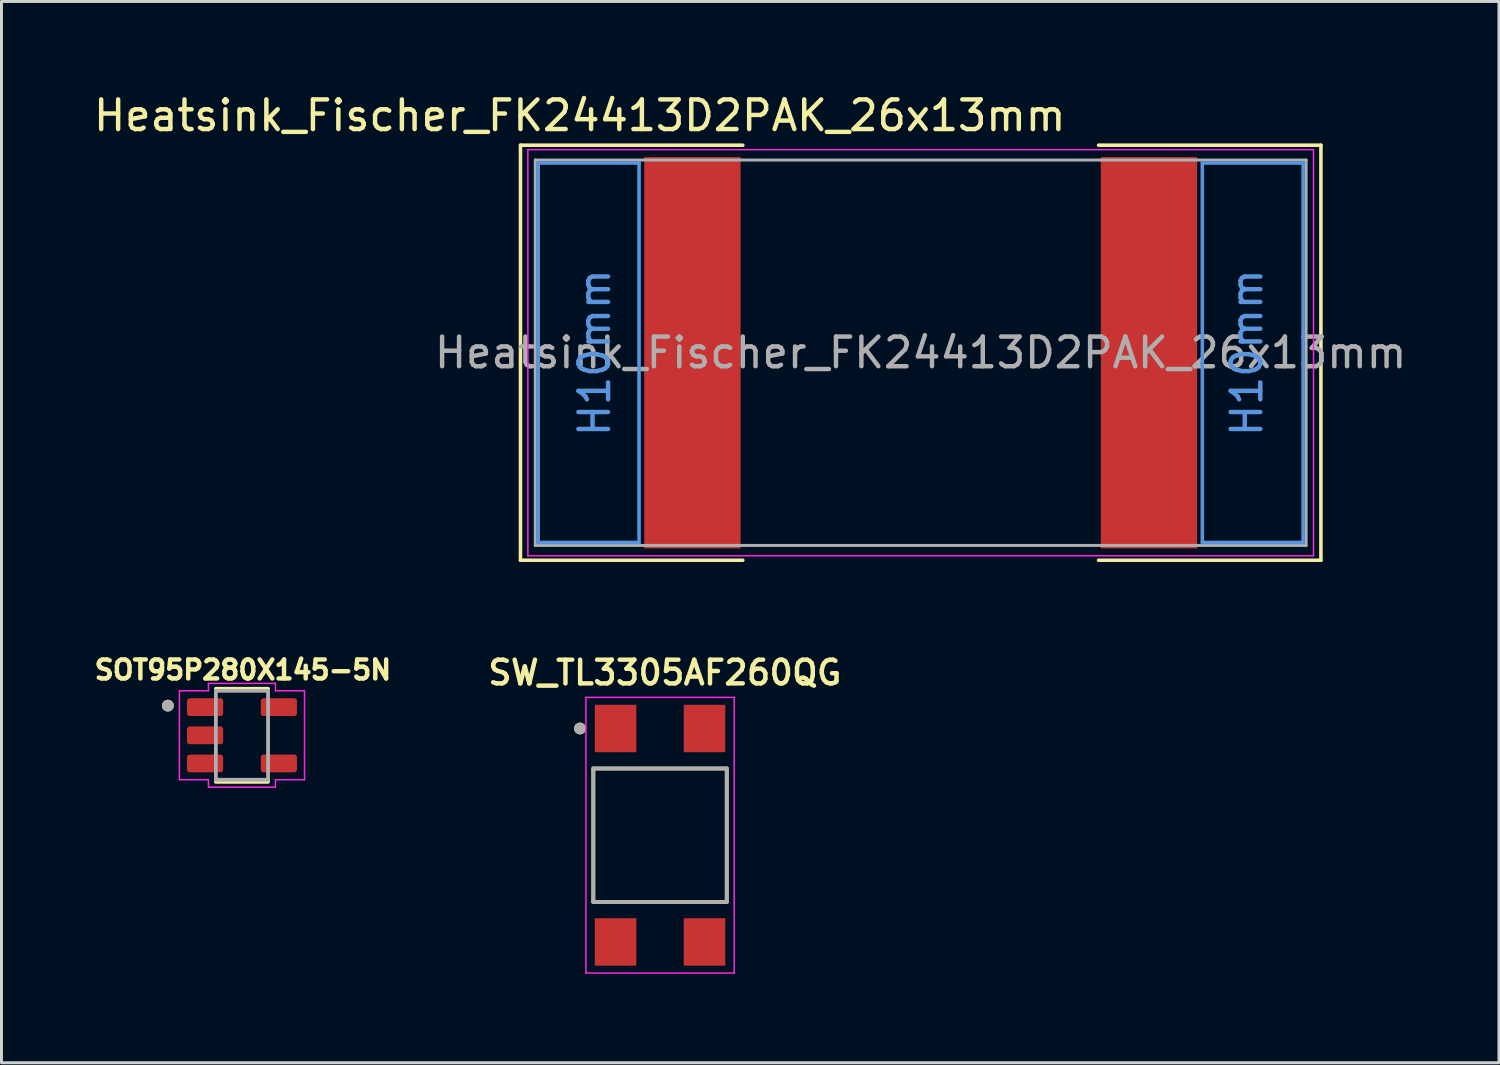
<source format=kicad_pcb>
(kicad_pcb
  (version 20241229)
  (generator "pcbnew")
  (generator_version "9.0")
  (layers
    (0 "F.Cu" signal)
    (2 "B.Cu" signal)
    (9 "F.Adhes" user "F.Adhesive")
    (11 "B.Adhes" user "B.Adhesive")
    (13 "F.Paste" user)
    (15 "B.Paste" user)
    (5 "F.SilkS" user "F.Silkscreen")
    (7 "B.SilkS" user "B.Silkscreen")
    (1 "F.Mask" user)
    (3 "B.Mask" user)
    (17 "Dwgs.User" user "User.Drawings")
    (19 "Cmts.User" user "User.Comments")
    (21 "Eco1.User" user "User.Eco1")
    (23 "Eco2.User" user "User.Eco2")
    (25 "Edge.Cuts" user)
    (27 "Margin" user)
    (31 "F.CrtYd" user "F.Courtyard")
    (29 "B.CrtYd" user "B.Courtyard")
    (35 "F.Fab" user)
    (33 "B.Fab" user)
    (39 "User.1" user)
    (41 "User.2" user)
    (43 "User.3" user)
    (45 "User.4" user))
  (footprint "SOT95P280X145-5N"
    (layer "F.Cu")
    (at 5.112 21.752)
    (property "Reference" "SOT95P280X145-5N" (at 0.032 -2.206 0) (layer "F.SilkS") (effects (font (size 0.64 0.64) (thickness 0.15))))
    (attr through_hole)
    (fp_line (start -0.88 -1.57) (end 0.88 -1.57) (stroke (width 0.127) (type solid)) (layer "F.SilkS"))
    (fp_line (start -0.88 1.57) (end 0.88 1.57) (stroke (width 0.127) (type solid)) (layer "F.SilkS"))
    (fp_circle (center -2.5 -1) (end -2.4 -1) (stroke (width 0.2) (type solid)) (fill no) (layer "F.SilkS"))
    (fp_line (start -2.11 -1.5) (end -2.11 1.5) (stroke (width 0.05) (type solid)) (layer "F.CrtYd"))
    (fp_line (start -2.11 -1.5) (end -1.13 -1.5) (stroke (width 0.05) (type solid)) (layer "F.CrtYd"))
    (fp_line (start -1.13 -1.75) (end 1.13 -1.75) (stroke (width 0.05) (type solid)) (layer "F.CrtYd"))
    (fp_line (start -1.13 -1.5) (end -1.13 -1.75) (stroke (width 0.05) (type solid)) (layer "F.CrtYd"))
    (fp_line (start -1.13 1.5) (end -2.11 1.5) (stroke (width 0.05) (type solid)) (layer "F.CrtYd"))
    (fp_line (start -1.13 1.75) (end -1.13 1.5) (stroke (width 0.05) (type solid)) (layer "F.CrtYd"))
    (fp_line (start 1.13 -1.75) (end 1.13 -1.5) (stroke (width 0.05) (type solid)) (layer "F.CrtYd"))
    (fp_line (start 1.13 -1.5) (end 2.11 -1.5) (stroke (width 0.05) (type solid)) (layer "F.CrtYd"))
    (fp_line (start 1.13 1.5) (end 1.13 1.75) (stroke (width 0.05) (type solid)) (layer "F.CrtYd"))
    (fp_line (start 1.13 1.75) (end -1.13 1.75) (stroke (width 0.05) (type solid)) (layer "F.CrtYd"))
    (fp_line (start 2.11 1.5) (end 1.13 1.5) (stroke (width 0.05) (type solid)) (layer "F.CrtYd"))
    (fp_line (start 2.11 1.5) (end 2.11 -1.5) (stroke (width 0.05) (type solid)) (layer "F.CrtYd"))
    (fp_line (start -0.88 -1.5) (end 0.88 -1.5) (stroke (width 0.127) (type solid)) (layer "F.Fab"))
    (fp_line (start -0.88 1.5) (end -0.88 -1.5) (stroke (width 0.127) (type solid)) (layer "F.Fab"))
    (fp_line (start 0.88 -1.5) (end 0.88 1.5) (stroke (width 0.127) (type solid)) (layer "F.Fab"))
    (fp_line (start 0.88 1.5) (end -0.88 1.5) (stroke (width 0.127) (type solid)) (layer "F.Fab"))
    (fp_circle (center -2.5 -1) (end -2.4 -1) (stroke (width 0.2) (type solid)) (fill no) (layer "F.Fab"))
    (pad "1" smd roundrect (at -1.245 -0.95) (size 1.22 0.6) (layers "F.Cu" "F.Mask" "F.Paste") (roundrect_rratio 0.15))
    (pad "2" smd roundrect (at -1.245 0) (size 1.22 0.6) (layers "F.Cu" "F.Mask" "F.Paste") (roundrect_rratio 0.15))
    (pad "3" smd roundrect (at -1.245 0.95) (size 1.22 0.6) (layers "F.Cu" "F.Mask" "F.Paste") (roundrect_rratio 0.15))
    (pad "4" smd roundrect (at 1.245 0.95) (size 1.22 0.6) (layers "F.Cu" "F.Mask" "F.Paste") (roundrect_rratio 0.15))
    (pad "5" smd roundrect (at 1.245 -0.95) (size 1.22 0.6) (layers "F.Cu" "F.Mask" "F.Paste") (roundrect_rratio 0.15)))
  (footprint "Heatsink_Fischer_FK24413D2PAK_26x13mm"
    (layer "F.Cu")
    (at 28.006 8.848)
    (property "Reference" "Heatsink_Fischer_FK24413D2PAK_26x13mm" (at -11.5 -8 180) (layer "F.SilkS") (effects (font (size 1 1) (thickness 0.15))))
    (attr smd)
    (fp_line (start -13.5 -7) (end -6 -7) (stroke (width 0.12) (type solid)) (layer "F.SilkS"))
    (fp_line (start -13.5 7) (end -13.5 -7) (stroke (width 0.12) (type solid)) (layer "F.SilkS"))
    (fp_line (start -13.5 7) (end -6 7) (stroke (width 0.12) (type solid)) (layer "F.SilkS"))
    (fp_line (start 6 -7) (end 13.5 -7) (stroke (width 0.12) (type solid)) (layer "F.SilkS"))
    (fp_line (start 6 7) (end 13.5 7) (stroke (width 0.12) (type solid)) (layer "F.SilkS"))
    (fp_line (start 13.5 -7) (end 13.5 7) (stroke (width 0.12) (type solid)) (layer "F.SilkS"))
    (fp_line (start -12.9 -6.4) (end -9.5 -6.4) (stroke (width 0.12) (type solid)) (layer "Cmts.User"))
    (fp_line (start -12.9 6.4) (end -12.9 -6.4) (stroke (width 0.12) (type solid)) (layer "Cmts.User"))
    (fp_line (start -9.5 -6.4) (end -9.5 6.4) (stroke (width 0.12) (type solid)) (layer "Cmts.User"))
    (fp_line (start -9.5 6.4) (end -12.9 6.4) (stroke (width 0.12) (type solid)) (layer "Cmts.User"))
    (fp_line (start 9.5 6.4) (end 9.5 -6.4) (stroke (width 0.12) (type solid)) (layer "Cmts.User"))
    (fp_line (start 9.5 6.4) (end 12.9 6.4) (stroke (width 0.12) (type solid)) (layer "Cmts.User"))
    (fp_line (start 12.9 -6.4) (end 9.5 -6.4) (stroke (width 0.12) (type solid)) (layer "Cmts.User"))
    (fp_line (start 12.9 6.4) (end 12.9 -6.4) (stroke (width 0.12) (type solid)) (layer "Cmts.User"))
    (fp_line (start -13.25 -6.85) (end -13.25 6.85) (stroke (width 0.05) (type solid)) (layer "F.CrtYd"))
    (fp_line (start -13.25 -6.85) (end 13.25 -6.85) (stroke (width 0.05) (type solid)) (layer "F.CrtYd"))
    (fp_line (start 13.25 6.85) (end -13.25 6.85) (stroke (width 0.05) (type solid)) (layer "F.CrtYd"))
    (fp_line (start 13.25 6.85) (end 13.25 -6.85) (stroke (width 0.05) (type solid)) (layer "F.CrtYd"))
    (fp_line (start -13 -6.5) (end 13 -6.5) (stroke (width 0.1) (type solid)) (layer "F.Fab"))
    (fp_line (start -13 6.5) (end -13 -6.5) (stroke (width 0.1) (type solid)) (layer "F.Fab"))
    (fp_line (start 13 -6.5) (end 13 6.5) (stroke (width 0.1) (type solid)) (layer "F.Fab"))
    (fp_line (start 13 6.5) (end -13 6.5) (stroke (width 0.1) (type solid)) (layer "F.Fab"))
    (fp_text user "H10mm" (at -11 0 90) (layer "Cmts.User") (effects (font (size 1 1) (thickness 0.15))))
    (fp_text user "H10mm" (at 11 0 90) (layer "Cmts.User") (effects (font (size 1 1) (thickness 0.15))))
    (fp_text user "${REFERENCE}" (at 0 0 0) (layer "F.Fab") (effects (font (size 1 1) (thickness 0.15))))
    (pad "1" smd rect (at -7.7 0 180) (size 3.25 13.2) (layers "F.Cu" "F.Mask" "F.Paste"))
    (pad "1" smd rect (at 7.7 0) (size 3.25 13.2) (layers "F.Cu" "F.Mask" "F.Paste")))
  (footprint "SW_TL3305AF260QG"
    (layer "F.Cu")
    (at 19.214 25.123)
    (property "Reference" "SW_TL3305AF260QG" (at 0.162 -5.484 0) (layer "F.SilkS") (effects (font (size 0.8 0.8) (thickness 0.15))))
    (attr through_hole)
    (fp_line (start -2.25 -2.25) (end -2.25 2.25) (stroke (width 0.127) (type solid)) (layer "F.SilkS"))
    (fp_line (start -2.25 -2.25) (end 2.25 -2.25) (stroke (width 0.127) (type solid)) (layer "F.SilkS"))
    (fp_line (start 2.25 2.25) (end -2.25 2.25) (stroke (width 0.127) (type solid)) (layer "F.SilkS"))
    (fp_line (start 2.25 2.25) (end 2.25 -2.25) (stroke (width 0.127) (type solid)) (layer "F.SilkS"))
    (fp_circle (center -2.7 -3.6) (end -2.6 -3.6) (stroke (width 0.2) (type solid)) (fill no) (layer "F.SilkS"))
    (fp_line (start -2.5 -4.65) (end -2.5 4.65) (stroke (width 0.05) (type solid)) (layer "F.CrtYd"))
    (fp_line (start -2.5 -4.65) (end 2.5 -4.65) (stroke (width 0.05) (type solid)) (layer "F.CrtYd"))
    (fp_line (start 2.5 4.65) (end -2.5 4.65) (stroke (width 0.05) (type solid)) (layer "F.CrtYd"))
    (fp_line (start 2.5 4.65) (end 2.5 -4.65) (stroke (width 0.05) (type solid)) (layer "F.CrtYd"))
    (fp_line (start -2.25 -2.25) (end -2.25 2.25) (stroke (width 0.127) (type solid)) (layer "F.Fab"))
    (fp_line (start -2.25 -2.25) (end 2.25 -2.25) (stroke (width 0.127) (type solid)) (layer "F.Fab"))
    (fp_line (start 2.25 2.25) (end -2.25 2.25) (stroke (width 0.127) (type solid)) (layer "F.Fab"))
    (fp_line (start 2.25 2.25) (end 2.25 -2.25) (stroke (width 0.127) (type solid)) (layer "F.Fab"))
    (fp_circle (center -2.7 -3.6) (end -2.6 -3.6) (stroke (width 0.2) (type solid)) (fill no) (layer "F.Fab"))
    (pad "1" smd rect (at -1.5 -3.6) (size 1.4 1.6) (layers "F.Cu" "F.Mask" "F.Paste"))
    (pad "2" smd rect (at -1.5 3.6) (size 1.4 1.6) (layers "F.Cu" "F.Mask" "F.Paste"))
    (pad "3" smd rect (at 1.5 -3.6) (size 1.4 1.6) (layers "F.Cu" "F.Mask" "F.Paste"))
    (pad "4" smd rect (at 1.5 3.6) (size 1.4 1.6) (layers "F.Cu" "F.Mask" "F.Paste")))
  (gr_rect
    (start -3 -3)
    (end 47.512 32.798)
    (stroke (width 0.1) (type default))
    (fill no)
    (layer "Edge.Cuts")))
</source>
